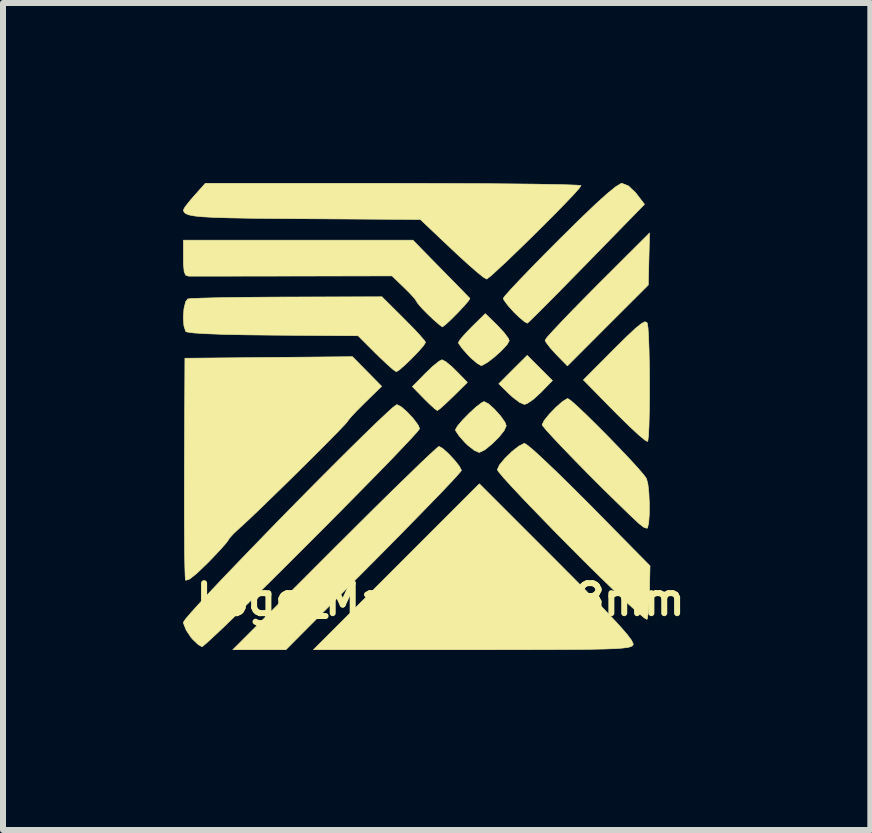
<source format=kicad_pcb>
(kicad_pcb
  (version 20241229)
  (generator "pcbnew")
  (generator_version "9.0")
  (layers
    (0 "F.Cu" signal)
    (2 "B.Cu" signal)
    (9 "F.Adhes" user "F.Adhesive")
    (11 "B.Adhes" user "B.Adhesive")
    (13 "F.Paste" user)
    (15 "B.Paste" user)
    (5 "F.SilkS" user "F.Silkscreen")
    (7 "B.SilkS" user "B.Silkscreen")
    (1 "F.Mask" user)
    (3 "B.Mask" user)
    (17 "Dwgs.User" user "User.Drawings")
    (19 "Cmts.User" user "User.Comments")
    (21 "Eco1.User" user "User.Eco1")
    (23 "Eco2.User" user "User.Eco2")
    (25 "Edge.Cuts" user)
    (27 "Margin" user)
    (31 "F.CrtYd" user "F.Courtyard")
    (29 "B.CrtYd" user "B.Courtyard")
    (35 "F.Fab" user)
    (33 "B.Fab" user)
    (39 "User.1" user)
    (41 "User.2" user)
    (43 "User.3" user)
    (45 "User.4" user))
  (footprint "Logo_Magnitude_8mm"
    (layer "F.Cu")
    (at 3.891 3.94)
    (property "Reference" "Logo_Magnitude_8mm" (at 0.4 3 0) (layer "F.SilkS") (effects (font (size 0.5 0.5) (thickness 0.1))))
    (attr exclude_from_pos_files exclude_from_bom)
    (fp_poly (pts (xy 2.053 -0.859) (xy 2.263 -0.649) (xy 2.068 -0.449) (xy 1.947 -0.339) (xy 1.843 -0.267) (xy 1.795 -0.252) (xy 1.716 -0.286) (xy 1.603 -0.371) (xy 1.544 -0.425) (xy 1.37 -0.596) (xy 1.606 -0.833) (xy 1.843 -1.069) (xy 2.053 -0.859)) (stroke (width 0.01) (type solid)) (fill yes) (layer "F.SilkS"))
    (fp_poly (pts (xy 3.871 -2.675) (xy 3.86 -2.241) (xy 3.186 -1.568) (xy 2.513 -0.894) (xy 2.327 -1.084) (xy 2.223 -1.199) (xy 2.155 -1.29) (xy 2.142 -1.322) (xy 2.175 -1.37) (xy 2.271 -1.477) (xy 2.418 -1.633) (xy 2.607 -1.83) (xy 2.828 -2.055) (xy 3.011 -2.24) (xy 3.881 -3.108) (xy 3.871 -2.675)) (stroke (width 0.01) (type solid)) (fill yes) (layer "F.SilkS"))
    (fp_poly (pts (xy 0.487 -0.963) (xy 0.589 -0.878) (xy 0.662 -0.807) (xy 0.846 -0.619) (xy 0.608 -0.384) (xy 0.485 -0.266) (xy 0.39 -0.181) (xy 0.345 -0.149) (xy 0.299 -0.182) (xy 0.207 -0.267) (xy 0.124 -0.349) (xy -0.07 -0.548) (xy 0.15 -0.772) (xy 0.272 -0.889) (xy 0.373 -0.97) (xy 0.424 -0.996) (xy 0.487 -0.963)) (stroke (width 0.01) (type solid)) (fill yes) (layer "F.SilkS"))
    (fp_poly (pts (xy 1.345 -1.569) (xy 1.455 -1.451) (xy 1.527 -1.355) (xy 1.544 -1.314) (xy 1.508 -1.249) (xy 1.417 -1.151) (xy 1.3 -1.045) (xy 1.183 -0.954) (xy 1.095 -0.904) (xy 1.074 -0.9) (xy 1.011 -0.935) (xy 0.911 -1.021) (xy 0.859 -1.073) (xy 0.763 -1.181) (xy 0.705 -1.262) (xy 0.697 -1.283) (xy 0.73 -1.337) (xy 0.816 -1.436) (xy 0.921 -1.544) (xy 1.145 -1.764) (xy 1.345 -1.569)) (stroke (width 0.01) (type solid)) (fill yes) (layer "F.SilkS"))
    (fp_poly (pts (xy 1.197 -0.262) (xy 1.296 -0.173) (xy 1.397 -0.061) (xy 1.472 0.044) (xy 1.494 0.104) (xy 1.458 0.185) (xy 1.368 0.297) (xy 1.251 0.412) (xy 1.136 0.505) (xy 1.048 0.547) (xy 1.041 0.548) (xy 0.963 0.514) (xy 0.854 0.429) (xy 0.807 0.384) (xy 0.711 0.275) (xy 0.654 0.191) (xy 0.647 0.17) (xy 0.682 0.108) (xy 0.768 0.007) (xy 0.881 -0.108) (xy 0.996 -0.213) (xy 1.089 -0.283) (xy 1.125 -0.299) (xy 1.197 -0.262)) (stroke (width 0.01) (type solid)) (fill yes) (layer "F.SilkS"))
    (fp_poly (pts (xy 2.343 2.368) (xy 2.701 2.728) (xy 2.992 3.024) (xy 3.22 3.261) (xy 3.391 3.446) (xy 3.51 3.583) (xy 3.58 3.677) (xy 3.608 3.734) (xy 3.608 3.75) (xy 3.595 3.769) (xy 3.566 3.785) (xy 3.514 3.798) (xy 3.431 3.808) (xy 3.308 3.817) (xy 3.138 3.823) (xy 2.913 3.828) (xy 2.625 3.831) (xy 2.266 3.833) (xy 1.828 3.834) (xy 1.303 3.835) (xy 0.929 3.835) (xy -1.718 3.835) (xy -0.336 2.453) (xy 1.046 1.071) (xy 2.343 2.368)) (stroke (width 0.01) (type solid)) (fill yes) (layer "F.SilkS"))
    (fp_poly (pts (xy 3.837 -1.617) (xy 3.843 -1.606) (xy 3.856 -1.528) (xy 3.865 -1.373) (xy 3.873 -1.162) (xy 3.878 -0.912) (xy 3.88 -0.642) (xy 3.88 -0.37) (xy 3.877 -0.116) (xy 3.872 0.102) (xy 3.864 0.265) (xy 3.853 0.354) (xy 3.847 0.366) (xy 3.801 0.34) (xy 3.699 0.255) (xy 3.555 0.121) (xy 3.381 -0.049) (xy 3.294 -0.136) (xy 2.779 -0.66) (xy 3.294 -1.177) (xy 3.499 -1.38) (xy 3.646 -1.518) (xy 3.745 -1.598) (xy 3.805 -1.629) (xy 3.837 -1.617)) (stroke (width 0.01) (type solid)) (fill yes) (layer "F.SilkS"))
    (fp_poly (pts (xy 0.436 0.483) (xy 0.531 0.569) (xy 0.633 0.678) (xy 0.714 0.78) (xy 0.747 0.847) (xy 0.747 0.848) (xy 0.713 0.892) (xy 0.616 0.999) (xy 0.463 1.162) (xy 0.261 1.371) (xy 0.018 1.621) (xy -0.258 1.903) (xy -0.561 2.21) (xy -0.715 2.365) (xy -2.178 3.835) (xy -3.062 3.835) (xy -1.37 2.142) (xy -1.03 1.803) (xy -0.712 1.487) (xy -0.421 1.201) (xy -0.164 0.951) (xy 0.05 0.743) (xy 0.216 0.586) (xy 0.326 0.485) (xy 0.373 0.448) (xy 0.374 0.448) (xy 0.436 0.483)) (stroke (width 0.01) (type solid)) (fill yes) (layer "F.SilkS"))
    (fp_poly (pts (xy 3.53 -3.892) (xy 3.65 -3.778) (xy 3.664 -3.76) (xy 3.797 -3.586) (xy 2.837 -2.602) (xy 2.585 -2.345) (xy 2.356 -2.111) (xy 2.158 -1.912) (xy 2.001 -1.755) (xy 1.894 -1.65) (xy 1.847 -1.606) (xy 1.846 -1.606) (xy 1.797 -1.631) (xy 1.704 -1.71) (xy 1.629 -1.782) (xy 1.525 -1.897) (xy 1.458 -1.987) (xy 1.444 -2.02) (xy 1.478 -2.066) (xy 1.574 -2.173) (xy 1.722 -2.331) (xy 1.913 -2.529) (xy 2.138 -2.759) (xy 2.379 -3.001) (xy 2.707 -3.325) (xy 2.971 -3.578) (xy 3.173 -3.761) (xy 3.317 -3.878) (xy 3.404 -3.931) (xy 3.422 -3.935) (xy 3.53 -3.892)) (stroke (width 0.01) (type solid)) (fill yes) (layer "F.SilkS"))
    (fp_poly (pts (xy 1.853 0.433) (xy 1.967 0.529) (xy 2.13 0.68) (xy 2.335 0.875) (xy 2.57 1.106) (xy 2.828 1.363) (xy 2.883 1.418) (xy 3.889 2.438) (xy 3.88 2.857) (xy 3.873 3.056) (xy 3.86 3.218) (xy 3.845 3.316) (xy 3.839 3.33) (xy 3.798 3.308) (xy 3.694 3.223) (xy 3.535 3.079) (xy 3.33 2.886) (xy 3.084 2.648) (xy 2.806 2.374) (xy 2.576 2.143) (xy 2.289 1.853) (xy 2.026 1.582) (xy 1.794 1.341) (xy 1.602 1.137) (xy 1.458 0.979) (xy 1.37 0.875) (xy 1.345 0.836) (xy 1.381 0.757) (xy 1.471 0.648) (xy 1.588 0.534) (xy 1.704 0.443) (xy 1.791 0.399) (xy 1.8 0.398) (xy 1.853 0.433)) (stroke (width 0.01) (type solid)) (fill yes) (layer "F.SilkS"))
    (fp_poly (pts (xy 2.572 -0.314) (xy 2.677 -0.221) (xy 2.824 -0.082) (xy 2.997 0.088) (xy 3.183 0.275) (xy 3.368 0.466) (xy 3.54 0.647) (xy 3.683 0.803) (xy 3.785 0.922) (xy 3.83 0.984) (xy 3.854 1.076) (xy 3.87 1.225) (xy 3.878 1.402) (xy 3.877 1.578) (xy 3.867 1.721) (xy 3.848 1.804) (xy 3.84 1.812) (xy 3.786 1.795) (xy 3.71 1.737) (xy 3.525 1.563) (xy 3.315 1.359) (xy 3.091 1.139) (xy 2.866 0.914) (xy 2.65 0.694) (xy 2.454 0.491) (xy 2.29 0.318) (xy 2.168 0.185) (xy 2.101 0.104) (xy 2.092 0.086) (xy 2.126 0.016) (xy 2.211 -0.089) (xy 2.321 -0.203) (xy 2.429 -0.298) (xy 2.508 -0.347) (xy 2.52 -0.349) (xy 2.572 -0.314)) (stroke (width 0.01) (type solid)) (fill yes) (layer "F.SilkS"))
    (fp_poly (pts (xy -0.214 -1.683) (xy -0.063 -1.53) (xy 0.058 -1.401) (xy 0.132 -1.313) (xy 0.149 -1.285) (xy 0.116 -1.232) (xy 0.032 -1.135) (xy -0.079 -1.02) (xy -0.194 -0.91) (xy -0.288 -0.827) (xy -0.338 -0.797) (xy -0.388 -0.83) (xy -0.488 -0.918) (xy -0.621 -1.044) (xy -0.674 -1.096) (xy -0.974 -1.396) (xy -2.392 -1.406) (xy -2.844 -1.411) (xy -3.219 -1.419) (xy -3.51 -1.43) (xy -3.715 -1.443) (xy -3.826 -1.459) (xy -3.847 -1.468) (xy -3.877 -1.562) (xy -3.886 -1.701) (xy -3.876 -1.846) (xy -3.848 -1.962) (xy -3.813 -2.009) (xy -3.747 -2.016) (xy -3.594 -2.022) (xy -3.367 -2.028) (xy -3.077 -2.033) (xy -2.739 -2.037) (xy -2.363 -2.04) (xy -2.159 -2.041) (xy -0.578 -2.045) (xy -0.214 -1.683)) (stroke (width 0.01) (type solid)) (fill yes) (layer "F.SilkS"))
    (fp_poly (pts (xy 0.405 -2.512) (xy 0.578 -2.336) (xy 0.725 -2.186) (xy 0.832 -2.076) (xy 0.885 -2.021) (xy 0.889 -2.018) (xy 0.865 -1.978) (xy 0.791 -1.892) (xy 0.689 -1.783) (xy 0.581 -1.674) (xy 0.488 -1.587) (xy 0.433 -1.545) (xy 0.429 -1.544) (xy 0.384 -1.576) (xy 0.291 -1.657) (xy 0.203 -1.739) (xy 0.092 -1.851) (xy 0.019 -1.936) (xy 0 -1.967) (xy -0.033 -2.017) (xy -0.119 -2.111) (xy -0.205 -2.196) (xy -0.409 -2.393) (xy -2.06 -2.391) (xy -2.459 -2.39) (xy -2.828 -2.39) (xy -3.156 -2.389) (xy -3.429 -2.389) (xy -3.636 -2.389) (xy -3.763 -2.389) (xy -3.798 -2.389) (xy -3.847 -2.405) (xy -3.873 -2.466) (xy -3.884 -2.594) (xy -3.885 -2.689) (xy -3.885 -2.988) (xy -0.061 -2.988) (xy 0.405 -2.512)) (stroke (width 0.01) (type solid)) (fill yes) (layer "F.SilkS"))
    (fp_poly (pts (xy -0.826 -0.801) (xy -0.583 -0.554) (xy -0.864 -0.279) (xy -0.996 -0.147) (xy -1.095 -0.042) (xy -1.143 0.018) (xy -1.145 0.024) (xy -1.179 0.065) (xy -1.273 0.165) (xy -1.416 0.311) (xy -1.595 0.492) (xy -1.8 0.696) (xy -2.019 0.913) (xy -2.24 1.13) (xy -2.452 1.336) (xy -2.643 1.521) (xy -2.802 1.672) (xy -2.917 1.778) (xy -2.934 1.793) (xy -3.046 1.897) (xy -3.119 1.977) (xy -3.135 2.004) (xy -3.169 2.053) (xy -3.259 2.155) (xy -3.388 2.293) (xy -3.481 2.389) (xy -3.659 2.56) (xy -3.78 2.657) (xy -3.843 2.679) (xy -3.851 2.671) (xy -3.856 2.607) (xy -3.861 2.455) (xy -3.865 2.227) (xy -3.867 1.935) (xy -3.869 1.589) (xy -3.869 1.201) (xy -3.868 0.792) (xy -3.86 -1.021) (xy -2.464 -1.034) (xy -1.069 -1.047) (xy -0.826 -0.801)) (stroke (width 0.01) (type solid)) (fill yes) (layer "F.SilkS"))
    (fp_poly (pts (xy 0.158 -3.934) (xy 0.676 -3.932) (xy 1.154 -3.93) (xy 1.585 -3.926) (xy 1.961 -3.922) (xy 2.272 -3.916) (xy 2.511 -3.911) (xy 2.669 -3.905) (xy 2.737 -3.898) (xy 2.739 -3.897) (xy 2.705 -3.848) (xy 2.612 -3.744) (xy 2.471 -3.596) (xy 2.296 -3.417) (xy 2.099 -3.22) (xy 1.893 -3.016) (xy 1.691 -2.819) (xy 1.505 -2.64) (xy 1.347 -2.493) (xy 1.232 -2.389) (xy 1.17 -2.342) (xy 1.165 -2.341) (xy 1.111 -2.373) (xy 1 -2.463) (xy 0.846 -2.598) (xy 0.664 -2.765) (xy 0.587 -2.837) (xy 0.063 -3.333) (xy -1.873 -3.346) (xy -2.375 -3.35) (xy -2.787 -3.354) (xy -3.116 -3.36) (xy -3.373 -3.368) (xy -3.565 -3.378) (xy -3.703 -3.392) (xy -3.795 -3.41) (xy -3.85 -3.433) (xy -3.877 -3.461) (xy -3.884 -3.495) (xy -3.854 -3.547) (xy -3.775 -3.647) (xy -3.702 -3.731) (xy -3.52 -3.935) (xy -0.39 -3.935) (xy 0.158 -3.934)) (stroke (width 0.01) (type solid)) (fill yes) (layer "F.SilkS"))
    (fp_poly (pts (xy -0.256 -0.212) (xy -0.156 -0.124) (xy -0.053 -0.013) (xy 0.025 0.091) (xy 0.05 0.152) (xy 0.016 0.198) (xy -0.082 0.307) (xy -0.234 0.468) (xy -0.432 0.676) (xy -0.67 0.92) (xy -0.938 1.193) (xy -1.228 1.487) (xy -1.532 1.794) (xy -1.843 2.105) (xy -2.151 2.413) (xy -2.449 2.709) (xy -2.729 2.985) (xy -2.983 3.233) (xy -3.201 3.445) (xy -3.378 3.612) (xy -3.503 3.727) (xy -3.569 3.782) (xy -3.576 3.785) (xy -3.638 3.75) (xy -3.729 3.663) (xy -3.756 3.632) (xy -3.839 3.509) (xy -3.883 3.397) (xy -3.885 3.378) (xy -3.851 3.326) (xy -3.754 3.213) (xy -3.603 3.046) (xy -3.406 2.833) (xy -3.17 2.584) (xy -2.904 2.307) (xy -2.617 2.01) (xy -2.316 1.7) (xy -2.009 1.387) (xy -1.705 1.079) (xy -1.411 0.784) (xy -1.136 0.51) (xy -0.888 0.266) (xy -0.676 0.06) (xy -0.506 -0.1) (xy -0.389 -0.206) (xy -0.33 -0.248) (xy -0.328 -0.248) (xy -0.256 -0.212)) (stroke (width 0.01) (type solid)) (fill yes) (layer "F.SilkS")))
  (gr_rect
    (start -3 -3)
    (end 11.451 10.779)
    (stroke (width 0.1) (type default))
    (fill no)
    (layer "Edge.Cuts")))
</source>
